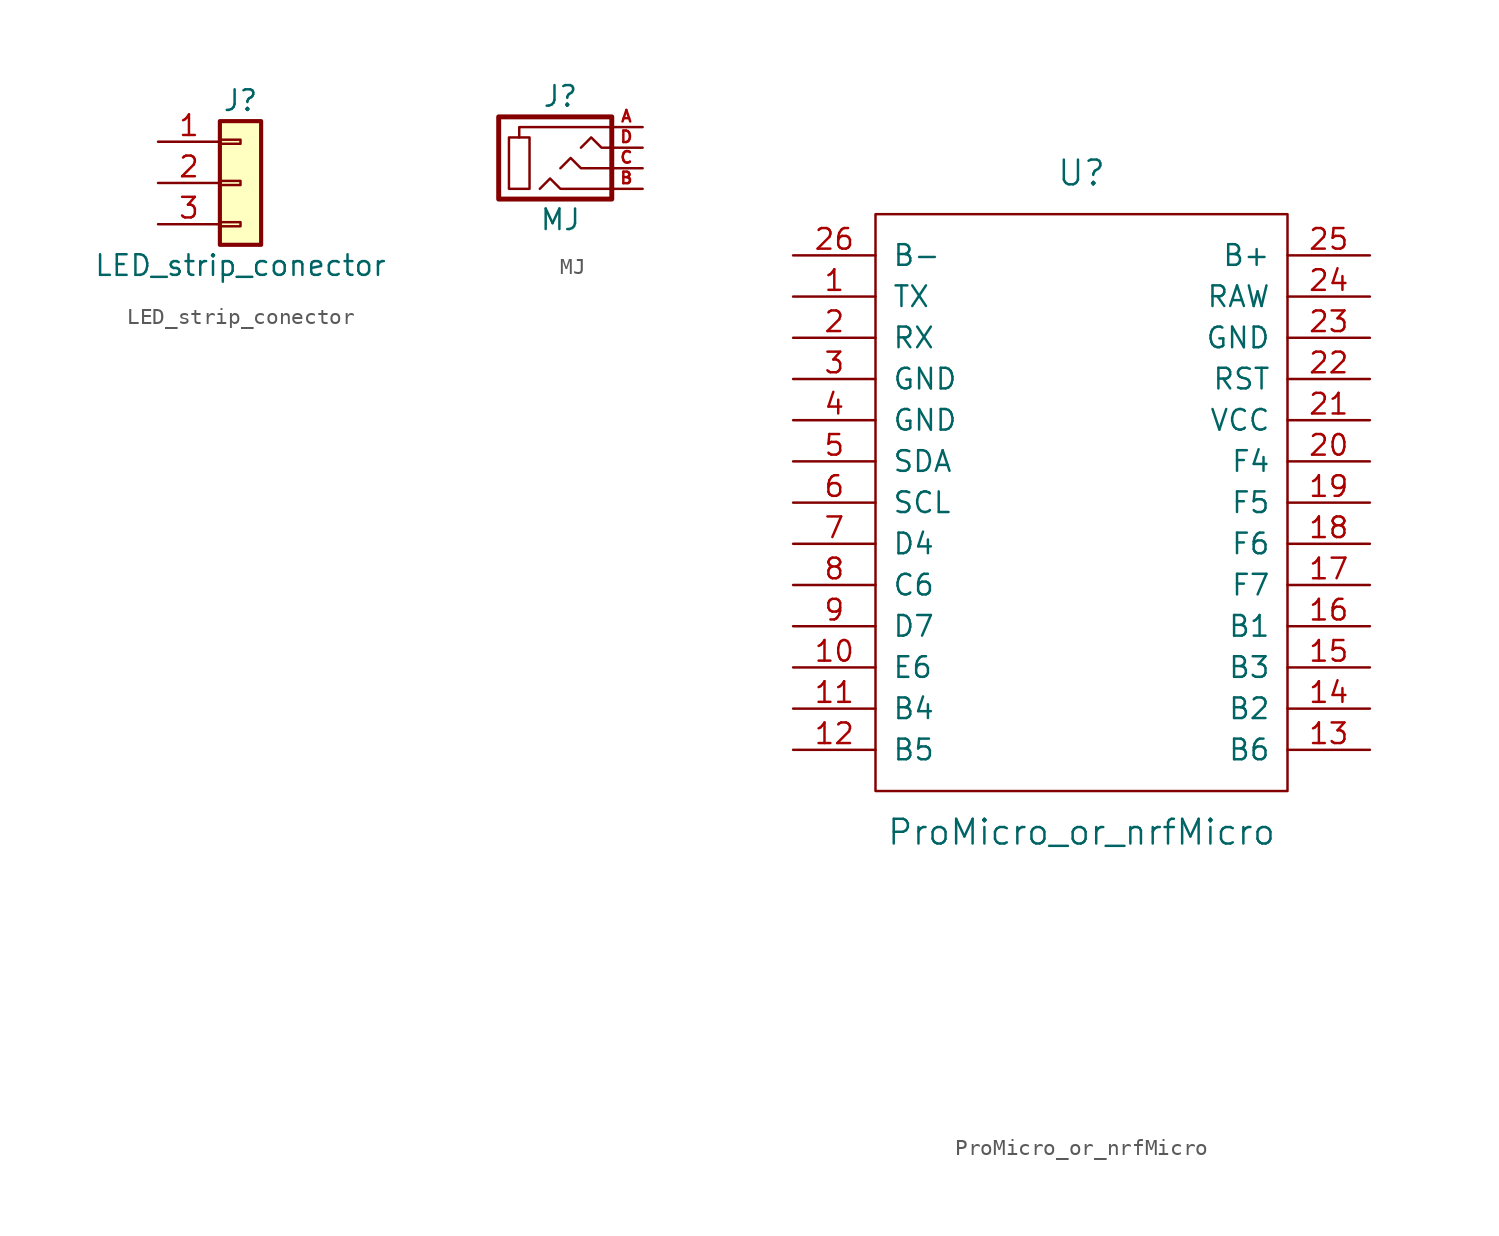
<source format=kicad_sym>
(kicad_symbol_lib
  (version 20211014)
  (generator kicad_symbol_editor)
  (symbol "LED_strip_conector"
    (pin_names
      (offset 1.016) hide)
    (property "Reference" "J"
      (at 0 5.08 0)
      (effects (font (size 1.27 1.27))))
    (property "Value" "LED_strip_conector"
      (at 0 -5.08 0)
      (effects (font (size 1.27 1.27))))
    (symbol "LED_strip_conector_1_1"
      (rectangle (start -1.27 -2.413) (end 0 -2.667) (stroke (width 0.152) (type default) (color 0 0 0 0)) (fill (type none)))
      (rectangle (start -1.27 0.127) (end 0 -0.127) (stroke (width 0.152) (type default) (color 0 0 0 0)) (fill (type none)))
      (rectangle (start -1.27 2.667) (end 0 2.413) (stroke (width 0.152) (type default) (color 0 0 0 0)) (fill (type none)))
      (rectangle (start -1.27 3.81) (end 1.27 -3.81) (stroke (width 0.254) (type default) (color 0 0 0 0)) (fill (type background)))
      (pin passive line (at -5.08 2.54 0) (length 3.81) (name "Pin_1" (effects (font (size 1.27 1.27)))) (number "1" (effects (font (size 1.27 1.27)))))
      (pin passive line (at -5.08 0 0) (length 3.81) (name "Pin_2" (effects (font (size 1.27 1.27)))) (number "2" (effects (font (size 1.27 1.27)))))
      (pin passive line (at -5.08 -2.54 0) (length 3.81) (name "Pin_3" (effects (font (size 1.27 1.27)))) (number "3" (effects (font (size 1.27 1.27)))))))
  (symbol "MJ"
    (pin_names
      (offset 1.016))
    (property "Reference" "J"
      (at 0 3.81 0)
      (effects (font (size 1.27 1.27))))
    (property "Value" "MJ"
      (at 0 -3.81 0)
      (effects (font (size 1.27 1.27))))
    (symbol "MJ_0_1"
      (rectangle (start -1.905 -1.905) (end -3.175 1.27) (stroke (width 0) (type default) (color 0 0 0 0)) (fill (type none)))
      (polyline (pts (xy -2.54 1.27) (xy -2.54 1.905) (xy 3.175 1.905)) (stroke (width 0) (type default) (color 0 0 0 0)) (fill (type none)))
      (polyline (pts (xy -1.27 -1.905) (xy -0.635 -1.27) (xy 0 -1.905) (xy 3.175 -1.905)) (stroke (width 0) (type default) (color 0 0 0 0)) (fill (type none)))
      (polyline (pts (xy 0 -0.635) (xy 0.635 0) (xy 1.27 -0.635) (xy 3.175 -0.635)) (stroke (width 0) (type default) (color 0 0 0 0)) (fill (type none)))
      (polyline (pts (xy 1.27 0.635) (xy 1.905 1.27) (xy 2.54 0.635) (xy 3.175 0.635)) (stroke (width 0) (type default) (color 0 0 0 0)) (fill (type none)))
      (rectangle (start 3.175 2.54) (end -3.81 -2.54) (stroke (width 0.305) (type default) (color 0 0 0 0)) (fill (type none))))
    (symbol "MJ_1_1"
      (pin input line (at 5.08 1.905 180) (length 2.007) (name "~" (effects (font (size 0.508 0.508)))) (number "A" (effects (font (size 0.711 0.711)))))
      (pin input line (at 5.08 -1.905 180) (length 2.007) (name "~" (effects (font (size 0.508 0.508)))) (number "B" (effects (font (size 0.711 0.711)))))
      (pin input line (at 5.08 -0.635 180) (length 2.007) (name "~" (effects (font (size 0.508 0.508)))) (number "C" (effects (font (size 0.711 0.711)))))
      (pin input line (at 5.08 0.635 180) (length 2.007) (name "~" (effects (font (size 0.508 0.508)))) (number "D" (effects (font (size 0.711 0.711)))))))
  (symbol "ProMicro_or_nrfMicro"
    (pin_names
      (offset 1.016))
    (property "Reference" "U"
      (at 0 26.67 0)
      (effects (font (size 1.524 1.524))))
    (property "Value" "ProMicro_or_nrfMicro"
      (at 0 -13.97 0)
      (effects (font (size 1.524 1.524))))
    (property "Footprint" ""
      (at 2.54 -26.67 0)
      (effects (font (size 1.524 1.524))))
    (property "Datasheet" ""
      (at 2.54 -26.67 0)
      (effects (font (size 1.524 1.524))))
    (symbol "ProMicro_or_nrfMicro_0_1"
      (rectangle (start -12.7 24.13) (end 12.7 -11.43) (stroke (width 0) (type default) (color 0 0 0 0)) (fill (type none))))
    (symbol "ProMicro_or_nrfMicro_1_1"
      (pin bidirectional line (at -17.78 19.05 0) (length 5.08) (name "TX" (effects (font (size 1.27 1.27)))) (number "1" (effects (font (size 1.27 1.27)))))
      (pin bidirectional line (at -17.78 -3.81 0) (length 5.08) (name "E6" (effects (font (size 1.27 1.27)))) (number "10" (effects (font (size 1.27 1.27)))))
      (pin bidirectional line (at -17.78 -6.35 0) (length 5.08) (name "B4" (effects (font (size 1.27 1.27)))) (number "11" (effects (font (size 1.27 1.27)))))
      (pin bidirectional line (at -17.78 -8.89 0) (length 5.08) (name "B5" (effects (font (size 1.27 1.27)))) (number "12" (effects (font (size 1.27 1.27)))))
      (pin bidirectional line (at 17.78 -8.89 180) (length 5.08) (name "B6" (effects (font (size 1.27 1.27)))) (number "13" (effects (font (size 1.27 1.27)))))
      (pin bidirectional line (at 17.78 -6.35 180) (length 5.08) (name "B2" (effects (font (size 1.27 1.27)))) (number "14" (effects (font (size 1.27 1.27)))))
      (pin bidirectional line (at 17.78 -3.81 180) (length 5.08) (name "B3" (effects (font (size 1.27 1.27)))) (number "15" (effects (font (size 1.27 1.27)))))
      (pin bidirectional line (at 17.78 -1.27 180) (length 5.08) (name "B1" (effects (font (size 1.27 1.27)))) (number "16" (effects (font (size 1.27 1.27)))))
      (pin bidirectional line (at 17.78 1.27 180) (length 5.08) (name "F7" (effects (font (size 1.27 1.27)))) (number "17" (effects (font (size 1.27 1.27)))))
      (pin bidirectional line (at 17.78 3.81 180) (length 5.08) (name "F6" (effects (font (size 1.27 1.27)))) (number "18" (effects (font (size 1.27 1.27)))))
      (pin bidirectional line (at 17.78 6.35 180) (length 5.08) (name "F5" (effects (font (size 1.27 1.27)))) (number "19" (effects (font (size 1.27 1.27)))))
      (pin bidirectional line (at -17.78 16.51 0) (length 5.08) (name "RX" (effects (font (size 1.27 1.27)))) (number "2" (effects (font (size 1.27 1.27)))))
      (pin bidirectional line (at 17.78 8.89 180) (length 5.08) (name "F4" (effects (font (size 1.27 1.27)))) (number "20" (effects (font (size 1.27 1.27)))))
      (pin power_in line (at 17.78 11.43 180) (length 5.08) (name "VCC" (effects (font (size 1.27 1.27)))) (number "21" (effects (font (size 1.27 1.27)))))
      (pin input line (at 17.78 13.97 180) (length 5.08) (name "RST" (effects (font (size 1.27 1.27)))) (number "22" (effects (font (size 1.27 1.27)))))
      (pin power_in line (at 17.78 16.51 180) (length 5.08) (name "GND" (effects (font (size 1.27 1.27)))) (number "23" (effects (font (size 1.27 1.27)))))
      (pin power_out line (at 17.78 19.05 180) (length 5.08) (name "RAW" (effects (font (size 1.27 1.27)))) (number "24" (effects (font (size 1.27 1.27)))))
      (pin power_in line (at 17.78 21.59 180) (length 5.08) (name "B+" (effects (font (size 1.27 1.27)))) (number "25" (effects (font (size 1.27 1.27)))))
      (pin power_in line (at -17.78 21.59 0) (length 5.08) (name "B-" (effects (font (size 1.27 1.27)))) (number "26" (effects (font (size 1.27 1.27)))))
      (pin power_in line (at -17.78 13.97 0) (length 5.08) (name "GND" (effects (font (size 1.27 1.27)))) (number "3" (effects (font (size 1.27 1.27)))))
      (pin power_in line (at -17.78 11.43 0) (length 5.08) (name "GND" (effects (font (size 1.27 1.27)))) (number "4" (effects (font (size 1.27 1.27)))))
      (pin bidirectional line (at -17.78 8.89 0) (length 5.08) (name "SDA" (effects (font (size 1.27 1.27)))) (number "5" (effects (font (size 1.27 1.27)))))
      (pin bidirectional line (at -17.78 6.35 0) (length 5.08) (name "SCL" (effects (font (size 1.27 1.27)))) (number "6" (effects (font (size 1.27 1.27)))))
      (pin bidirectional line (at -17.78 3.81 0) (length 5.08) (name "D4" (effects (font (size 1.27 1.27)))) (number "7" (effects (font (size 1.27 1.27)))))
      (pin bidirectional line (at -17.78 1.27 0) (length 5.08) (name "C6" (effects (font (size 1.27 1.27)))) (number "8" (effects (font (size 1.27 1.27)))))
      (pin bidirectional line (at -17.78 -1.27 0) (length 5.08) (name "D7" (effects (font (size 1.27 1.27)))) (number "9" (effects (font (size 1.27 1.27))))))))
</source>
